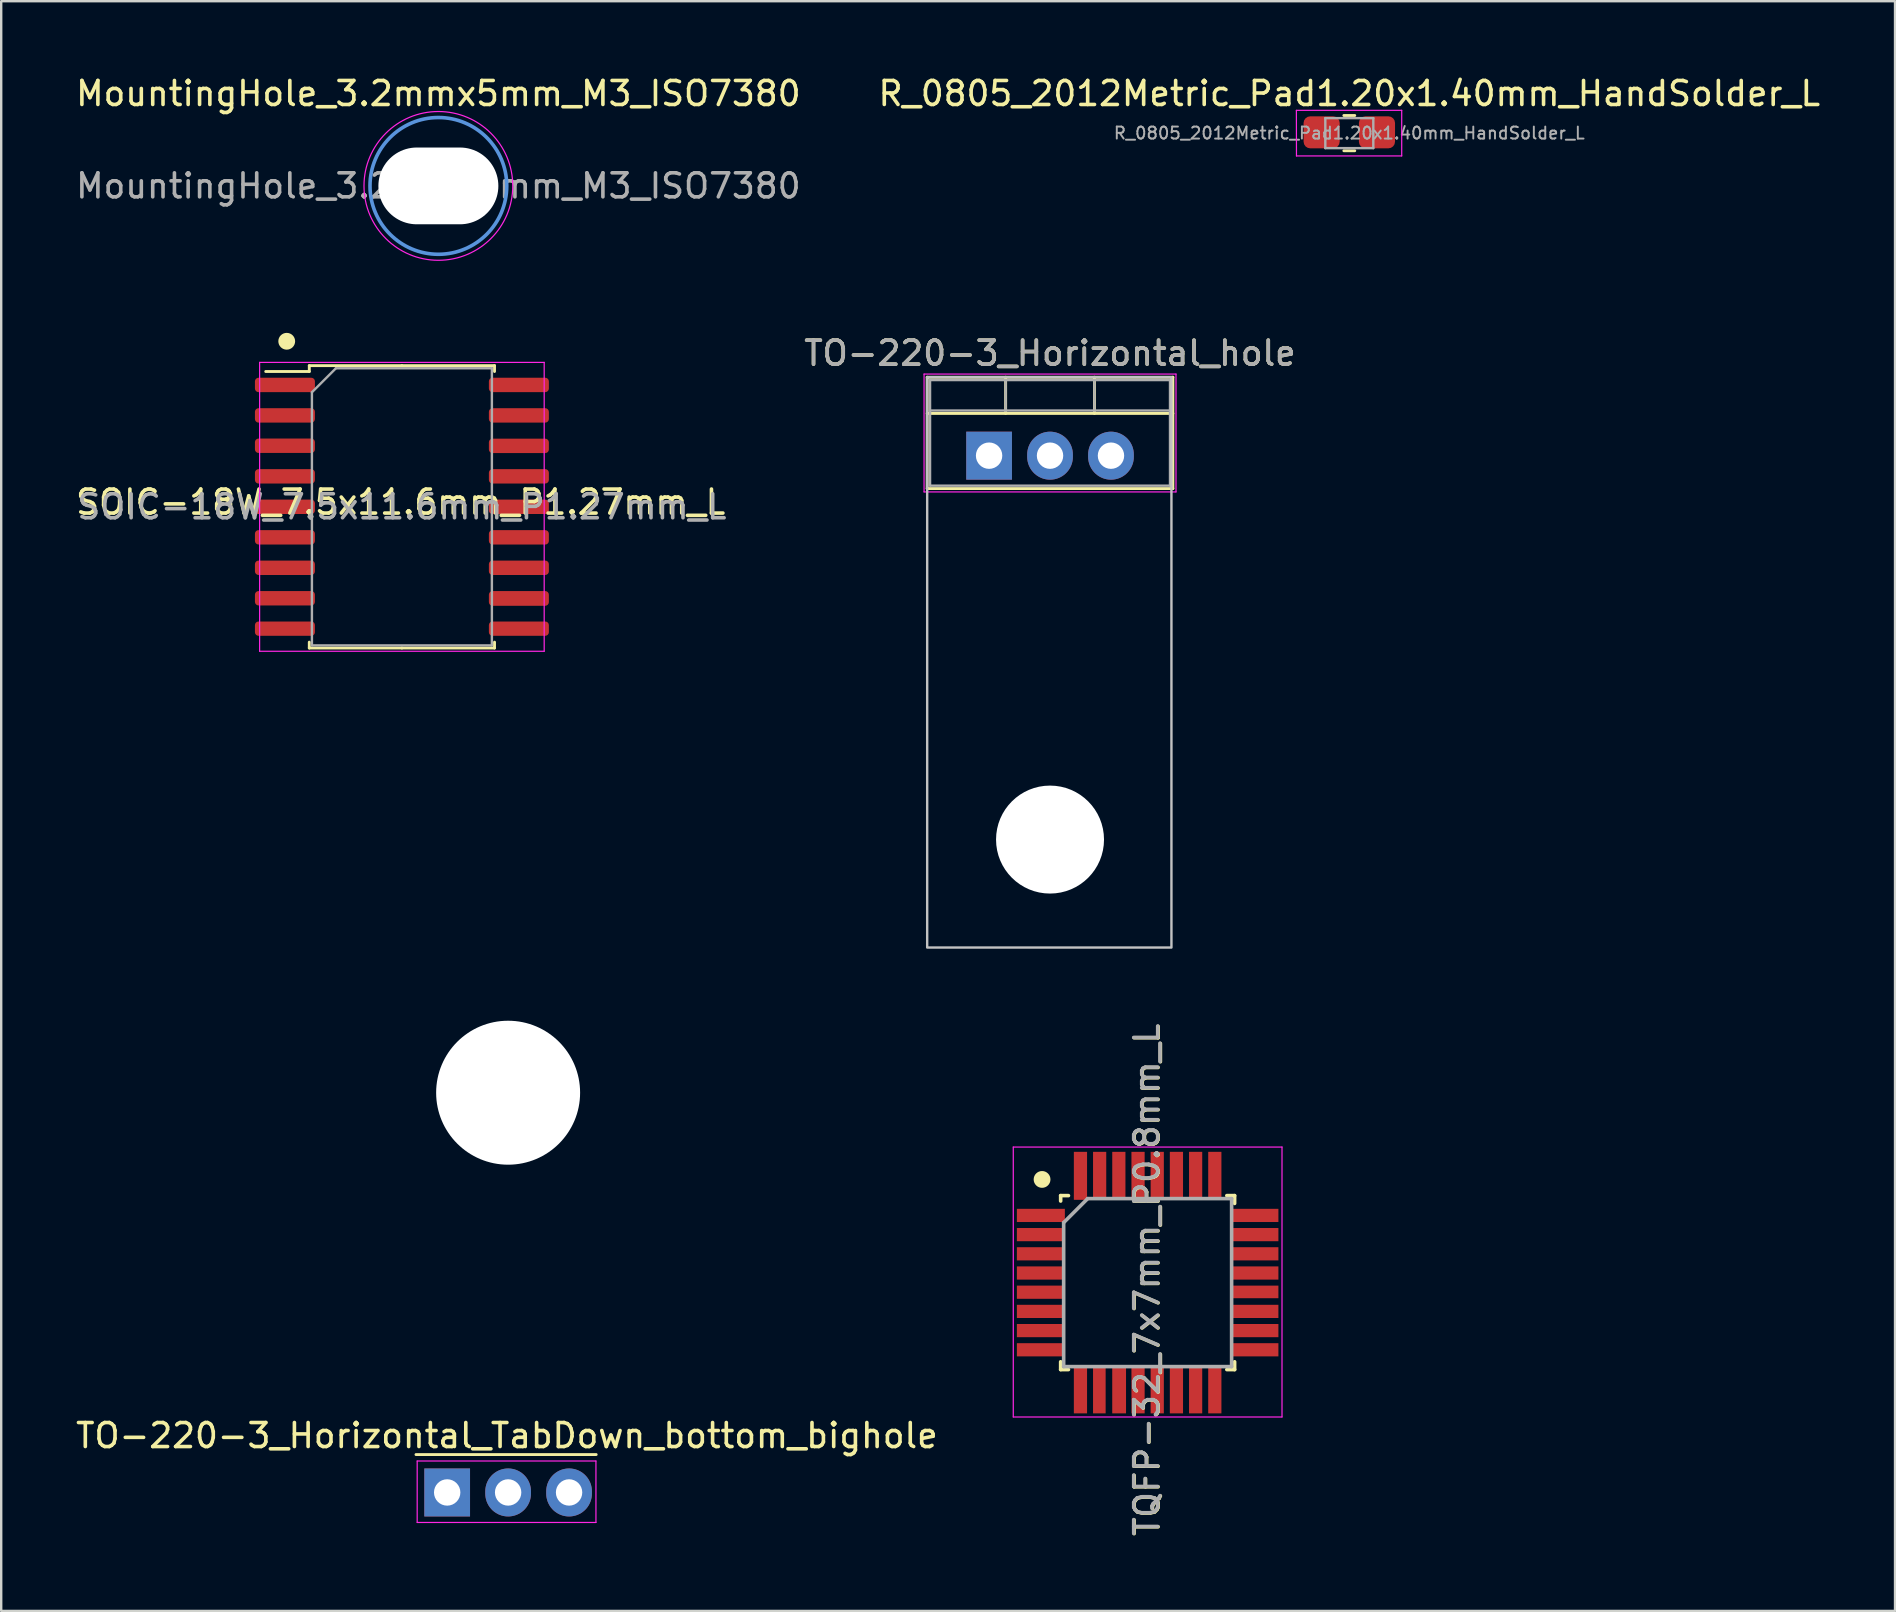
<source format=kicad_pcb>
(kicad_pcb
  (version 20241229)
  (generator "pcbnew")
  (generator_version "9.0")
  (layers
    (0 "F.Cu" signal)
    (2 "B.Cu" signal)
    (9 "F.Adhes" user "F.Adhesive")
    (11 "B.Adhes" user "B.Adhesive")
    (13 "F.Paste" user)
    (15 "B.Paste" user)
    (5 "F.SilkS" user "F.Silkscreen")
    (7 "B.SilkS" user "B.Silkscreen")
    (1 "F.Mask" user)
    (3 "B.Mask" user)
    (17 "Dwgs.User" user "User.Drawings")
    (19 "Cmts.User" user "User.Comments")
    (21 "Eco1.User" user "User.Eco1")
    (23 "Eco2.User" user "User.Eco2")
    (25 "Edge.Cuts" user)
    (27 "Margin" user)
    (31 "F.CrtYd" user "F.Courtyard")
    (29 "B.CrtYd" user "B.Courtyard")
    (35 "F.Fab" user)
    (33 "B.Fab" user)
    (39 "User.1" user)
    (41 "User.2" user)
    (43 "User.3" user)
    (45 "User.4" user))
  (footprint "TO-220-3_Horizontal_hole"
    (layer "F.Cu")
    (at 38.172 15.941)
    (property "Reference" "TO-220-3_Horizontal_hole" (at 2.54 -4.27 180) (layer "F.SilkS") (effects (font (size 1 1) (thickness 0.15))))
    (attr through_hole)
    (fp_line (start -2.58 -3.27) (end -2.58 1.371) (stroke (width 0.12) (type solid)) (layer "F.SilkS"))
    (fp_line (start -2.58 -3.27) (end 7.66 -3.27) (stroke (width 0.12) (type solid)) (layer "F.SilkS"))
    (fp_line (start -2.58 -1.76) (end 7.66 -1.76) (stroke (width 0.12) (type solid)) (layer "F.SilkS"))
    (fp_line (start -2.58 1.371) (end 7.66 1.371) (stroke (width 0.12) (type solid)) (layer "F.SilkS"))
    (fp_line (start 0.69 -3.27) (end 0.69 -1.76) (stroke (width 0.12) (type solid)) (layer "F.SilkS"))
    (fp_line (start 4.391 -3.27) (end 4.391 -1.76) (stroke (width 0.12) (type solid)) (layer "F.SilkS"))
    (fp_line (start 7.66 -3.27) (end 7.66 1.371) (stroke (width 0.12) (type solid)) (layer "F.SilkS"))
    (fp_rect (start -2.58 -3.27) (end 7.6 20.5) (stroke (width 0.1) (type default)) (fill no) (layer "Dwgs.User"))
    (fp_line (start -2.71 -3.4) (end -2.71 1.51) (stroke (width 0.05) (type solid)) (layer "F.CrtYd"))
    (fp_line (start -2.71 1.51) (end 7.79 1.51) (stroke (width 0.05) (type solid)) (layer "F.CrtYd"))
    (fp_line (start 7.79 -3.4) (end -2.71 -3.4) (stroke (width 0.05) (type solid)) (layer "F.CrtYd"))
    (fp_line (start 7.79 1.51) (end 7.79 -3.4) (stroke (width 0.05) (type solid)) (layer "F.CrtYd"))
    (fp_line (start -2.46 -3.15) (end -2.46 1.25) (stroke (width 0.1) (type solid)) (layer "F.Fab"))
    (fp_line (start -2.46 -1.88) (end 7.54 -1.88) (stroke (width 0.1) (type solid)) (layer "F.Fab"))
    (fp_line (start -2.46 1.25) (end 7.54 1.25) (stroke (width 0.1) (type solid)) (layer "F.Fab"))
    (fp_line (start 0.69 -3.15) (end 0.69 -1.88) (stroke (width 0.1) (type solid)) (layer "F.Fab"))
    (fp_line (start 4.39 -3.15) (end 4.39 -1.88) (stroke (width 0.1) (type solid)) (layer "F.Fab"))
    (fp_line (start 7.54 -3.15) (end -2.46 -3.15) (stroke (width 0.1) (type solid)) (layer "F.Fab"))
    (fp_line (start 7.54 1.25) (end 7.54 -3.15) (stroke (width 0.1) (type solid)) (layer "F.Fab"))
    (fp_text user "${REFERENCE}" (at 2.54 -4.27 180) (layer "F.Fab") (effects (font (size 1 1) (thickness 0.15))))
    (pad "" np_thru_hole circle (at 2.54 16) (size 4.5 4.5) (drill 4.5) (layers "*.Cu" "*.Mask"))
    (pad "1" thru_hole rect (at 0 0) (size 1.905 2) (drill 1.1) (layers "*.Cu" "*.Mask"))
    (pad "2" thru_hole oval (at 2.54 0) (size 1.905 2) (drill 1.1) (layers "*.Cu" "*.Mask"))
    (pad "3" thru_hole oval (at 5.08 0) (size 1.905 2) (drill 1.1) (layers "*.Cu" "*.Mask")))
  (footprint "SOIC-18W_7.5x11.6mm_P1.27mm_L"
    (layer "F.Cu")
    (at 13.7 18.073)
    (property "Reference" "SOIC-18W_7.5x11.6mm_P1.27mm_L" (at -0.051 -0.196 0) (layer "F.SilkS") (effects (font (size 1 1) (thickness 0.15))))
    (attr smd)
    (fp_line (start -3.86 -5.885) (end -3.86 -5.64) (stroke (width 0.12) (type solid)) (layer "F.SilkS"))
    (fp_line (start -3.86 -5.64) (end -5.675 -5.64) (stroke (width 0.12) (type solid)) (layer "F.SilkS"))
    (fp_line (start -3.86 5.885) (end -3.86 5.64) (stroke (width 0.12) (type solid)) (layer "F.SilkS"))
    (fp_line (start 0 -5.885) (end -3.86 -5.885) (stroke (width 0.12) (type solid)) (layer "F.SilkS"))
    (fp_line (start 0 -5.885) (end 3.86 -5.885) (stroke (width 0.12) (type solid)) (layer "F.SilkS"))
    (fp_line (start 0 5.885) (end -3.86 5.885) (stroke (width 0.12) (type solid)) (layer "F.SilkS"))
    (fp_line (start 0 5.885) (end 3.86 5.885) (stroke (width 0.12) (type solid)) (layer "F.SilkS"))
    (fp_line (start 3.86 -5.885) (end 3.86 -5.64) (stroke (width 0.12) (type solid)) (layer "F.SilkS"))
    (fp_line (start 3.86 5.885) (end 3.86 5.64) (stroke (width 0.12) (type solid)) (layer "F.SilkS"))
    (fp_circle (center -4.8 -6.9) (end -4.5 -6.9) (stroke (width 0.1) (type solid)) (fill yes) (layer "F.SilkS"))
    (fp_line (start -5.93 -6.02) (end -5.93 6.02) (stroke (width 0.05) (type solid)) (layer "F.CrtYd"))
    (fp_line (start -5.93 6.02) (end 5.93 6.02) (stroke (width 0.05) (type solid)) (layer "F.CrtYd"))
    (fp_line (start 5.93 -6.02) (end -5.93 -6.02) (stroke (width 0.05) (type solid)) (layer "F.CrtYd"))
    (fp_line (start 5.93 6.02) (end 5.93 -6.02) (stroke (width 0.05) (type solid)) (layer "F.CrtYd"))
    (fp_line (start -3.75 -4.775) (end -2.75 -5.775) (stroke (width 0.1) (type solid)) (layer "F.Fab"))
    (fp_line (start -3.75 5.775) (end -3.75 -4.775) (stroke (width 0.1) (type solid)) (layer "F.Fab"))
    (fp_line (start -2.75 -5.775) (end 3.75 -5.775) (stroke (width 0.1) (type solid)) (layer "F.Fab"))
    (fp_line (start 3.75 -5.775) (end 3.75 5.775) (stroke (width 0.1) (type solid)) (layer "F.Fab"))
    (fp_line (start 3.75 5.775) (end -3.75 5.775) (stroke (width 0.1) (type solid)) (layer "F.Fab"))
    (fp_text user "${REFERENCE}" (at 0 0 0) (layer "F.Fab") (effects (font (size 1 1) (thickness 0.15))))
    (pad "1" smd roundrect (at -4.875 -5.08) (size 2.5 0.6) (layers "F.Cu" "F.Mask" "F.Paste") (roundrect_rratio 0.25))
    (pad "2" smd roundrect (at -4.875 -3.81) (size 2.5 0.6) (layers "F.Cu" "F.Mask" "F.Paste") (roundrect_rratio 0.25))
    (pad "3" smd roundrect (at -4.875 -2.545) (size 2.5 0.6) (layers "F.Cu" "F.Mask" "F.Paste") (roundrect_rratio 0.25))
    (pad "4" smd roundrect (at -4.875 -1.27) (size 2.5 0.6) (layers "F.Cu" "F.Mask" "F.Paste") (roundrect_rratio 0.25))
    (pad "5" smd roundrect (at -4.875 0) (size 2.5 0.6) (layers "F.Cu" "F.Mask" "F.Paste") (roundrect_rratio 0.25))
    (pad "6" smd roundrect (at -4.875 1.27) (size 2.5 0.6) (layers "F.Cu" "F.Mask" "F.Paste") (roundrect_rratio 0.25))
    (pad "7" smd roundrect (at -4.875 2.54) (size 2.5 0.6) (layers "F.Cu" "F.Mask" "F.Paste") (roundrect_rratio 0.25))
    (pad "8" smd roundrect (at -4.875 3.81) (size 2.5 0.6) (layers "F.Cu" "F.Mask" "F.Paste") (roundrect_rratio 0.25))
    (pad "9" smd roundrect (at -4.875 5.077) (size 2.5 0.595) (layers "F.Cu" "F.Mask" "F.Paste") (roundrect_rratio 0.25))
    (pad "10" smd roundrect (at 4.875 5.077) (size 2.5 0.595) (layers "F.Cu" "F.Mask" "F.Paste") (roundrect_rratio 0.25))
    (pad "11" smd roundrect (at 4.875 3.817) (size 2.5 0.615) (layers "F.Cu" "F.Mask" "F.Paste") (roundrect_rratio 0.25))
    (pad "12" smd roundrect (at 4.875 2.54) (size 2.5 0.6) (layers "F.Cu" "F.Mask" "F.Paste") (roundrect_rratio 0.25))
    (pad "13" smd roundrect (at 4.875 1.272) (size 2.5 0.6) (layers "F.Cu" "F.Mask" "F.Paste") (roundrect_rratio 0.25))
    (pad "14" smd roundrect (at 4.875 0) (size 2.5 0.6) (layers "F.Cu" "F.Mask" "F.Paste") (roundrect_rratio 0.25))
    (pad "15" smd roundrect (at 4.875 -1.272) (size 2.5 0.6) (layers "F.Cu" "F.Mask" "F.Paste") (roundrect_rratio 0.25))
    (pad "16" smd roundrect (at 4.875 -2.54) (size 2.5 0.6) (layers "F.Cu" "F.Mask" "F.Paste") (roundrect_rratio 0.25))
    (pad "17" smd roundrect (at 4.875 -3.81) (size 2.5 0.6) (layers "F.Cu" "F.Mask" "F.Paste") (roundrect_rratio 0.25))
    (pad "18" smd roundrect (at 4.875 -5.08) (size 2.5 0.6) (layers "F.Cu" "F.Mask" "F.Paste") (roundrect_rratio 0.25)))
  (footprint "TO-220-3_Horizontal_TabDown_bottom_bighole"
    (layer "F.Cu")
    (at 15.587 59.151)
    (property "Reference" "TO-220-3_Horizontal_TabDown_bottom_bighole" (at 2.49 -2.37 180) (layer "F.SilkS") (effects (font (size 1 1) (thickness 0.15))))
    (attr through_hole)
    (fp_line (start -1.3 -1.58) (end 6.21 -1.58) (stroke (width 0.12) (type solid)) (layer "F.SilkS"))
    (fp_line (start -1.25 -1.31) (end -1.25 1.25) (stroke (width 0.05) (type solid)) (layer "F.CrtYd"))
    (fp_line (start -1.25 1.25) (end 6.2 1.25) (stroke (width 0.05) (type solid)) (layer "F.CrtYd"))
    (fp_line (start 6.2 -1.31) (end -1.25 -1.31) (stroke (width 0.05) (type solid)) (layer "F.CrtYd"))
    (fp_line (start 6.2 1.25) (end 6.2 -1.31) (stroke (width 0.05) (type solid)) (layer "F.CrtYd"))
    (fp_circle (center 2.54 -16.66) (end 4.39 -16.66) (stroke (width 0.1) (type solid)) (fill no) (layer "F.Fab"))
    (pad "" np_thru_hole circle (at 2.54 -16.66) (size 6 6) (drill 6) (layers "*.Cu" "*.Mask"))
    (pad "1" thru_hole rect (at 0 0) (size 1.905 2) (drill 1.1) (layers "*.Cu" "*.Mask"))
    (pad "2" thru_hole oval (at 2.54 0) (size 1.905 2) (drill 1.1) (layers "*.Cu" "*.Mask"))
    (pad "3" thru_hole oval (at 5.08 0) (size 1.905 2) (drill 1.1) (layers "*.Cu" "*.Mask")))
  (footprint "MountingHole_3.2mmx5mm_M3_ISO7380"
    (layer "F.Cu")
    (at 15.22 4.698)
    (property "Reference" "MountingHole_3.2mmx5mm_M3_ISO7380" (at 0 -3.85 0) (layer "F.SilkS") (effects (font (size 1 1) (thickness 0.15))))
    (attr exclude_from_pos_files)
    (fp_circle (center 0 0) (end 2.85 0) (stroke (width 0.15) (type solid)) (fill no) (layer "Cmts.User"))
    (fp_circle (center 0 0) (end 3.1 0) (stroke (width 0.05) (type solid)) (fill no) (layer "F.CrtYd"))
    (fp_text user "${REFERENCE}" (at 0 0 0) (layer "F.Fab") (effects (font (size 1 1) (thickness 0.15))))
    (pad "" np_thru_hole oval (at 0 0) (size 5 3.2) (drill oval 5 3.2) (layers "*.Cu" "*.Mask")))
  (footprint "R_0805_2012Metric_Pad1.20x1.40mm_HandSolder_L"
    (layer "F.Cu")
    (at 53.185 2.498)
    (property "Reference" "R_0805_2012Metric_Pad1.20x1.40mm_HandSolder_L" (at 0 -1.65 0) (layer "F.SilkS") (effects (font (size 1 1) (thickness 0.15))))
    (attr smd)
    (fp_line (start -0.227 -0.735) (end 0.227 -0.735) (stroke (width 0.12) (type solid)) (layer "F.SilkS"))
    (fp_line (start -0.227 0.735) (end 0.227 0.735) (stroke (width 0.12) (type solid)) (layer "F.SilkS"))
    (fp_line (start -2.206 -0.949) (end 2.184 -0.95) (stroke (width 0.05) (type solid)) (layer "F.CrtYd"))
    (fp_line (start -2.202 0.952) (end -2.206 -0.949) (stroke (width 0.05) (type solid)) (layer "F.CrtYd"))
    (fp_line (start 2.184 -0.95) (end 2.184 0.95) (stroke (width 0.05) (type solid)) (layer "F.CrtYd"))
    (fp_line (start 2.184 0.95) (end -2.202 0.952) (stroke (width 0.05) (type solid)) (layer "F.CrtYd"))
    (fp_line (start -1 -0.625) (end 1 -0.625) (stroke (width 0.1) (type solid)) (layer "F.Fab"))
    (fp_line (start -1 0.625) (end -1 -0.625) (stroke (width 0.1) (type solid)) (layer "F.Fab"))
    (fp_line (start 1 -0.625) (end 1 0.625) (stroke (width 0.1) (type solid)) (layer "F.Fab"))
    (fp_line (start 1 0.625) (end -1 0.625) (stroke (width 0.1) (type solid)) (layer "F.Fab"))
    (fp_text user "${REFERENCE}" (at 0 0 0) (layer "F.Fab") (effects (font (size 0.5 0.5) (thickness 0.08))))
    (pad "1" smd roundrect (at -1.153 -0.033) (size 1.505 1.335) (layers "F.Cu" "F.Mask" "F.Paste") (roundrect_rratio 0.208))
    (pad "2" smd roundrect (at 1.153 -0.033) (size 1.505 1.335) (layers "F.Cu" "F.Mask" "F.Paste") (roundrect_rratio 0.208)))
  (footprint "TQFP-32_7x7mm_P0.8mm_L"
    (layer "F.Cu")
    (at 44.78 50.405)
    (property "Reference" "TQFP-32_7x7mm_P0.8mm_L" (at -0.019 -0.109 90) (layer "F.SilkS") (effects (font (size 1 1) (thickness 0.15))))
    (attr smd)
    (fp_line (start -3.625 -3.625) (end -3.625 -3.4) (stroke (width 0.15) (type solid)) (layer "F.SilkS"))
    (fp_line (start -3.625 -3.625) (end -3.3 -3.625) (stroke (width 0.15) (type solid)) (layer "F.SilkS"))
    (fp_line (start -3.625 3.625) (end -3.625 3.3) (stroke (width 0.15) (type solid)) (layer "F.SilkS"))
    (fp_line (start -3.625 3.625) (end -3.3 3.625) (stroke (width 0.15) (type solid)) (layer "F.SilkS"))
    (fp_line (start 3.625 -3.625) (end 3.3 -3.625) (stroke (width 0.15) (type solid)) (layer "F.SilkS"))
    (fp_line (start 3.625 -3.625) (end 3.625 -3.3) (stroke (width 0.15) (type solid)) (layer "F.SilkS"))
    (fp_line (start 3.625 3.625) (end 3.3 3.625) (stroke (width 0.15) (type solid)) (layer "F.SilkS"))
    (fp_line (start 3.625 3.625) (end 3.625 3.3) (stroke (width 0.15) (type solid)) (layer "F.SilkS"))
    (fp_circle (center -4.4 -4.3) (end -4.1 -4.3) (stroke (width 0.1) (type solid)) (fill yes) (layer "F.SilkS"))
    (fp_line (start -5.6 -5.65) (end -5.6 5.6) (stroke (width 0.05) (type solid)) (layer "F.CrtYd"))
    (fp_line (start -5.6 -5.65) (end 5.6 -5.65) (stroke (width 0.05) (type solid)) (layer "F.CrtYd"))
    (fp_line (start -5.6 5.6) (end 5.6 5.6) (stroke (width 0.05) (type solid)) (layer "F.CrtYd"))
    (fp_line (start 5.6 -5.65) (end 5.6 5.6) (stroke (width 0.05) (type solid)) (layer "F.CrtYd"))
    (fp_line (start -3.5 -2.5) (end -2.5 -3.5) (stroke (width 0.15) (type solid)) (layer "F.Fab"))
    (fp_line (start -3.5 3.5) (end -3.5 -2.5) (stroke (width 0.15) (type solid)) (layer "F.Fab"))
    (fp_line (start -2.5 -3.5) (end 3.5 -3.5) (stroke (width 0.15) (type solid)) (layer "F.Fab"))
    (fp_line (start 3.5 -3.5) (end 3.5 3.5) (stroke (width 0.15) (type solid)) (layer "F.Fab"))
    (fp_line (start 3.5 3.5) (end -3.5 3.5) (stroke (width 0.15) (type solid)) (layer "F.Fab"))
    (fp_text user "${REFERENCE}" (at -0.035 -0.122 90) (layer "F.Fab") (effects (font (size 1 1) (thickness 0.15))))
    (pad "1" smd rect (at -4.45 -2.8) (size 2 0.55) (layers "F.Cu" "F.Mask" "F.Paste"))
    (pad "2" smd rect (at -4.45 -2) (size 2 0.55) (layers "F.Cu" "F.Mask" "F.Paste"))
    (pad "3" smd rect (at -4.45 -1.2) (size 2 0.55) (layers "F.Cu" "F.Mask" "F.Paste"))
    (pad "4" smd rect (at -4.45 -0.4) (size 2 0.55) (layers "F.Cu" "F.Mask" "F.Paste"))
    (pad "5" smd rect (at -4.45 0.4) (size 2 0.55) (layers "F.Cu" "F.Mask" "F.Paste"))
    (pad "6" smd rect (at -4.45 1.2) (size 2 0.55) (layers "F.Cu" "F.Mask" "F.Paste"))
    (pad "7" smd rect (at -4.45 2) (size 2 0.55) (layers "F.Cu" "F.Mask" "F.Paste"))
    (pad "8" smd rect (at -4.45 2.8) (size 2 0.55) (layers "F.Cu" "F.Mask" "F.Paste"))
    (pad "9" smd rect (at -2.8 4.45 90) (size 2 0.55) (layers "F.Cu" "F.Mask" "F.Paste"))
    (pad "10" smd rect (at -2.013 4.45 90) (size 2 0.525) (layers "F.Cu" "F.Mask" "F.Paste"))
    (pad "11" smd rect (at -1.188 4.45 90) (size 2 0.575) (layers "F.Cu" "F.Mask" "F.Paste"))
    (pad "12" smd rect (at -0.4 4.45 90) (size 2 0.55) (layers "F.Cu" "F.Mask" "F.Paste"))
    (pad "13" smd rect (at 0.4 4.45 90) (size 2 0.55) (layers "F.Cu" "F.Mask" "F.Paste"))
    (pad "14" smd rect (at 1.2 4.45 90) (size 2 0.55) (layers "F.Cu" "F.Mask" "F.Paste"))
    (pad "15" smd rect (at 2 4.45 90) (size 2 0.55) (layers "F.Cu" "F.Mask" "F.Paste"))
    (pad "16" smd rect (at 2.8 4.45 90) (size 2 0.55) (layers "F.Cu" "F.Mask" "F.Paste"))
    (pad "17" smd rect (at 4.45 2.8) (size 2 0.55) (layers "F.Cu" "F.Mask" "F.Paste"))
    (pad "18" smd rect (at 4.45 2) (size 2 0.55) (layers "F.Cu" "F.Mask" "F.Paste"))
    (pad "19" smd rect (at 4.45 1.2) (size 2 0.55) (layers "F.Cu" "F.Mask" "F.Paste"))
    (pad "20" smd rect (at 4.45 0.388) (size 2 0.525) (layers "F.Cu" "F.Mask" "F.Paste"))
    (pad "21" smd rect (at 4.45 -0.4) (size 2 0.55) (layers "F.Cu" "F.Mask" "F.Paste"))
    (pad "22" smd rect (at 4.45 -1.2) (size 2 0.55) (layers "F.Cu" "F.Mask" "F.Paste"))
    (pad "23" smd rect (at 4.45 -2) (size 2 0.55) (layers "F.Cu" "F.Mask" "F.Paste"))
    (pad "24" smd rect (at 4.45 -2.8) (size 2 0.55) (layers "F.Cu" "F.Mask" "F.Paste"))
    (pad "25" smd rect (at 2.8 -4.45 90) (size 2 0.55) (layers "F.Cu" "F.Mask" "F.Paste"))
    (pad "26" smd rect (at 2 -4.45 90) (size 2 0.55) (layers "F.Cu" "F.Mask" "F.Paste"))
    (pad "27" smd rect (at 1.2 -4.45 90) (size 2 0.55) (layers "F.Cu" "F.Mask" "F.Paste"))
    (pad "28" smd rect (at 0.4 -4.45 90) (size 2 0.55) (layers "F.Cu" "F.Mask" "F.Paste"))
    (pad "29" smd rect (at -0.4 -4.45 90) (size 2 0.55) (layers "F.Cu" "F.Mask" "F.Paste"))
    (pad "30" smd rect (at -1.2 -4.45 90) (size 2 0.55) (layers "F.Cu" "F.Mask" "F.Paste"))
    (pad "31" smd rect (at -2 -4.45 90) (size 2 0.55) (layers "F.Cu" "F.Mask" "F.Paste"))
    (pad "32" smd rect (at -2.8 -4.45 90) (size 2 0.55) (layers "F.Cu" "F.Mask" "F.Paste")))
  (gr_rect
    (start -3 -3)
    (end 75.929 64.088)
    (stroke (width 0.1) (type default))
    (fill no)
    (layer "Edge.Cuts")))
</source>
